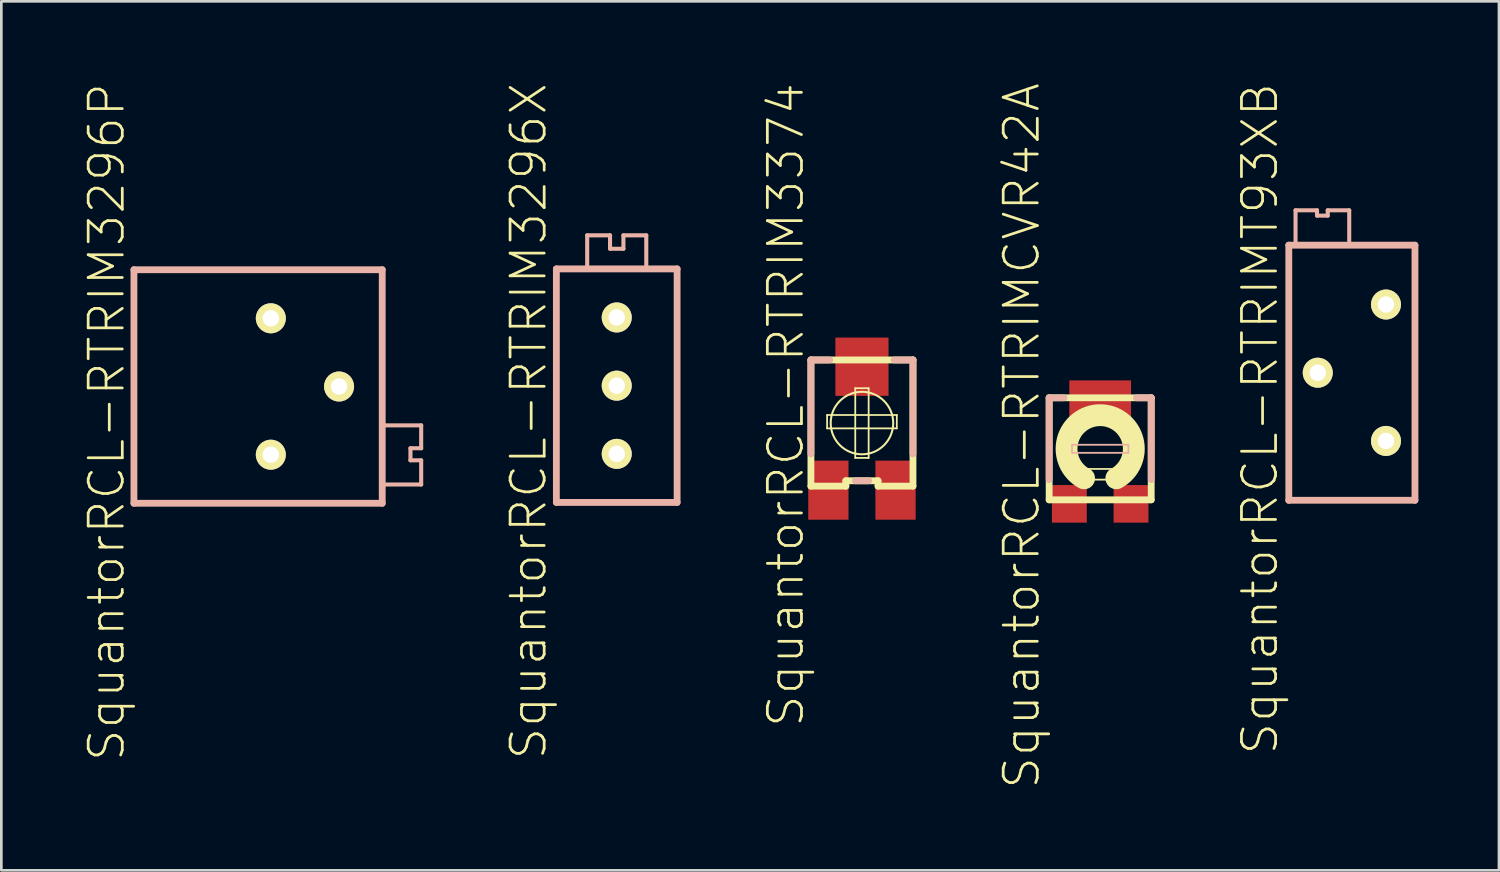
<source format=kicad_pcb>
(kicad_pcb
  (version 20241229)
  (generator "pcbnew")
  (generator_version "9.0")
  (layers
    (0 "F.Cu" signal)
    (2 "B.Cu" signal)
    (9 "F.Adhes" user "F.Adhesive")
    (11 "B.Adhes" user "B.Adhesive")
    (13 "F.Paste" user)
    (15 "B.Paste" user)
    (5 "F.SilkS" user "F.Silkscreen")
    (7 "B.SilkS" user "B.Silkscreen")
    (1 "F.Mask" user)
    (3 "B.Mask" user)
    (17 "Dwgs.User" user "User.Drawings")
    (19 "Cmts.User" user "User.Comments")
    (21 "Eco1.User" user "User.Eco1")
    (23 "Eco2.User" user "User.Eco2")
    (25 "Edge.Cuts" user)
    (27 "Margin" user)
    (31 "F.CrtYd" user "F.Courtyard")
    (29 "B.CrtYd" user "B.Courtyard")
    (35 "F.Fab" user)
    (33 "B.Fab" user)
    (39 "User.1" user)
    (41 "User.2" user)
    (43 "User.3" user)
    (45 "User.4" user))
  (footprint "SquantorRCL-RTRIM3296P"
    (layer "F.Cu")
    (at 7.035 11.342)
    (property "Reference" "SquantorRCL-RTRIM3296P" (at -6.114 1.323 90) (layer "F.SilkS") (effects (font (size 1.27 1.27) (thickness 0.102))))
    (attr exclude_from_pos_files exclude_from_bom)
    (fp_line (start -5.098 -4.348) (end -5.098 4.348) (stroke (width 0.254) (type solid)) (layer "B.SilkS"))
    (fp_line (start -5.098 4.348) (end 4.148 4.348) (stroke (width 0.254) (type solid)) (layer "B.SilkS"))
    (fp_line (start 4.148 -4.348) (end -5.098 -4.348) (stroke (width 0.254) (type solid)) (layer "B.SilkS"))
    (fp_line (start 4.148 4.348) (end 4.148 -4.348) (stroke (width 0.254) (type solid)) (layer "B.SilkS"))
    (fp_line (start 4.249 1.448) (end 5.598 1.448) (stroke (width 0.152) (type solid)) (layer "B.SilkS"))
    (fp_line (start 5.199 2.299) (end 5.199 2.748) (stroke (width 0.152) (type solid)) (layer "B.SilkS"))
    (fp_line (start 5.199 2.748) (end 5.598 2.748) (stroke (width 0.152) (type solid)) (layer "B.SilkS"))
    (fp_line (start 5.598 1.448) (end 5.598 2.299) (stroke (width 0.152) (type solid)) (layer "B.SilkS"))
    (fp_line (start 5.598 2.299) (end 5.199 2.299) (stroke (width 0.152) (type solid)) (layer "B.SilkS"))
    (fp_line (start 5.598 2.748) (end 5.598 3.65) (stroke (width 0.152) (type solid)) (layer "B.SilkS"))
    (fp_line (start 5.598 3.65) (end 4.249 3.65) (stroke (width 0.152) (type solid)) (layer "B.SilkS"))
    (pad "1" thru_hole circle (at 0 2.54) (size 1.118 1.118) (drill 0.61) (layers "*.Cu" "F.Mask" "F.SilkS" "F.Paste"))
    (pad "2" thru_hole circle (at 2.54 0) (size 1.118 1.118) (drill 0.61) (layers "*.Cu" "F.Mask" "F.SilkS" "F.Paste"))
    (pad "3" thru_hole circle (at 0 -2.54) (size 1.118 1.118) (drill 0.61) (layers "*.Cu" "F.Mask" "F.SilkS" "F.Paste")))
  (footprint "SquantorRCL-RTRIMT93XB"
    (layer "F.Cu")
    (at 47.289 10.829)
    (property "Reference" "SquantorRCL-RTRIMT93XB" (at -3.424 1.714 90) (layer "F.SilkS") (effects (font (size 1.27 1.27) (thickness 0.102))))
    (attr exclude_from_pos_files exclude_from_bom)
    (fp_line (start -2.349 -4.75) (end -2.349 4.75) (stroke (width 0.254) (type solid)) (layer "B.SilkS"))
    (fp_line (start -2.349 4.75) (end 2.349 4.75) (stroke (width 0.254) (type solid)) (layer "B.SilkS"))
    (fp_line (start -2.098 -6.048) (end -2.098 -4.9) (stroke (width 0.152) (type solid)) (layer "B.SilkS"))
    (fp_line (start -1.298 -6.048) (end -2.098 -6.048) (stroke (width 0.152) (type solid)) (layer "B.SilkS"))
    (fp_line (start -1.298 -5.85) (end -1.298 -6.048) (stroke (width 0.152) (type solid)) (layer "B.SilkS"))
    (fp_line (start -0.899 -6.048) (end -0.899 -5.85) (stroke (width 0.152) (type solid)) (layer "B.SilkS"))
    (fp_line (start -0.899 -5.85) (end -1.298 -5.85) (stroke (width 0.152) (type solid)) (layer "B.SilkS"))
    (fp_line (start -0.099 -6.048) (end -0.899 -6.048) (stroke (width 0.152) (type solid)) (layer "B.SilkS"))
    (fp_line (start -0.099 -4.9) (end -0.099 -6.048) (stroke (width 0.152) (type solid)) (layer "B.SilkS"))
    (fp_line (start 2.349 -4.75) (end -2.349 -4.75) (stroke (width 0.254) (type solid)) (layer "B.SilkS"))
    (fp_line (start 2.349 4.75) (end 2.349 -4.75) (stroke (width 0.254) (type solid)) (layer "B.SilkS"))
    (pad "1" thru_hole circle (at 1.27 2.54) (size 1.118 1.118) (drill 0.61) (layers "*.Cu" "F.Mask" "F.SilkS" "F.Paste"))
    (pad "2" thru_hole circle (at -1.27 0) (size 1.118 1.118) (drill 0.61) (layers "*.Cu" "F.Mask" "F.SilkS" "F.Paste"))
    (pad "3" thru_hole circle (at 1.27 -2.54) (size 1.118 1.118) (drill 0.61) (layers "*.Cu" "F.Mask" "F.SilkS" "F.Paste")))
  (footprint "SquantorRCL-RTRIM3296X"
    (layer "F.Cu")
    (at 19.915 11.311)
    (property "Reference" "SquantorRCL-RTRIM3296X" (at -3.284 1.323 90) (layer "F.SilkS") (effects (font (size 1.27 1.27) (thickness 0.102))))
    (attr exclude_from_pos_files exclude_from_bom)
    (fp_line (start -2.248 -4.348) (end 2.248 -4.348) (stroke (width 0.254) (type solid)) (layer "B.SilkS"))
    (fp_line (start -2.248 4.348) (end -2.248 -4.348) (stroke (width 0.254) (type solid)) (layer "B.SilkS"))
    (fp_line (start -1.1 -5.598) (end -0.249 -5.598) (stroke (width 0.152) (type solid)) (layer "B.SilkS"))
    (fp_line (start -1.1 -4.399) (end -1.1 -5.598) (stroke (width 0.152) (type solid)) (layer "B.SilkS"))
    (fp_line (start -0.249 -5.598) (end -0.249 -5.098) (stroke (width 0.152) (type solid)) (layer "B.SilkS"))
    (fp_line (start -0.249 -5.098) (end 0.249 -5.098) (stroke (width 0.152) (type solid)) (layer "B.SilkS"))
    (fp_line (start 0.249 -5.598) (end 1.1 -5.598) (stroke (width 0.152) (type solid)) (layer "B.SilkS"))
    (fp_line (start 0.249 -5.098) (end 0.249 -5.598) (stroke (width 0.152) (type solid)) (layer "B.SilkS"))
    (fp_line (start 1.1 -5.598) (end 1.1 -4.399) (stroke (width 0.152) (type solid)) (layer "B.SilkS"))
    (fp_line (start 2.248 -4.348) (end 2.248 4.348) (stroke (width 0.254) (type solid)) (layer "B.SilkS"))
    (fp_line (start 2.248 4.348) (end -2.248 4.348) (stroke (width 0.254) (type solid)) (layer "B.SilkS"))
    (pad "1" thru_hole circle (at 0 2.54) (size 1.118 1.118) (drill 0.61) (layers "*.Cu" "F.Mask" "F.SilkS" "F.Paste"))
    (pad "2" thru_hole circle (at 0 0) (size 1.118 1.118) (drill 0.61) (layers "*.Cu" "F.Mask" "F.SilkS" "F.Paste"))
    (pad "3" thru_hole circle (at 0 -2.54) (size 1.118 1.118) (drill 0.61) (layers "*.Cu" "F.Mask" "F.SilkS" "F.Paste")))
  (footprint "SquantorRCL-RTRIMCVR42A"
    (layer "F.Cu")
    (at 37.917 13.662)
    (property "Reference" "SquantorRCL-RTRIMCVR42A" (at -2.924 -0.483 90) (layer "F.SilkS") (effects (font (size 1.27 1.27) (thickness 0.102))))
    (attr smd)
    (fp_line (start -1.9 -1.9) (end -1.9 1.9) (stroke (width 0.254) (type solid)) (layer "F.SilkS"))
    (fp_line (start -1.9 1.9) (end 1.9 1.9) (stroke (width 0.254) (type solid)) (layer "F.SilkS"))
    (fp_line (start -0.648 0.749) (end 0.648 0.749) (stroke (width 0.066) (type solid)) (layer "F.SilkS"))
    (fp_line (start -0.648 1.148) (end -0.648 0.749) (stroke (width 0.066) (type solid)) (layer "F.SilkS"))
    (fp_line (start -0.648 1.148) (end 0.648 1.148) (stroke (width 0.066) (type solid)) (layer "F.SilkS"))
    (fp_line (start 0.648 1.148) (end 0.648 0.749) (stroke (width 0.066) (type solid)) (layer "F.SilkS"))
    (fp_line (start 1.9 -1.9) (end -1.9 -1.9) (stroke (width 0.254) (type solid)) (layer "F.SilkS"))
    (fp_line (start 1.9 1.9) (end 1.9 -1.9) (stroke (width 0.254) (type solid)) (layer "F.SilkS"))
    (fp_arc (start -0.59944 1.09982) (mid -0.00127 -1.25257) (end 0.601669 1.098602) (stroke (width 0.8128) (type solid)) (layer "F.SilkS"))
    (fp_line (start -1.9 -1.9) (end -1.349 -1.9) (stroke (width 0.254) (type solid)) (layer "B.SilkS"))
    (fp_line (start -1.9 1.148) (end -1.9 -1.9) (stroke (width 0.254) (type solid)) (layer "B.SilkS"))
    (fp_line (start -1.049 -0.15) (end 1.049 -0.15) (stroke (width 0.066) (type solid)) (layer "B.SilkS"))
    (fp_line (start -1.049 0.15) (end -1.049 -0.15) (stroke (width 0.066) (type solid)) (layer "B.SilkS"))
    (fp_line (start -1.049 0.15) (end 1.049 0.15) (stroke (width 0.066) (type solid)) (layer "B.SilkS"))
    (fp_line (start 1.049 0.15) (end 1.049 -0.15) (stroke (width 0.066) (type solid)) (layer "B.SilkS"))
    (fp_line (start 1.9 -1.9) (end 1.349 -1.9) (stroke (width 0.254) (type solid)) (layer "B.SilkS"))
    (fp_line (start 1.9 1.148) (end 1.9 -1.9) (stroke (width 0.254) (type solid)) (layer "B.SilkS"))
    (pad "1" smd rect (at -1.148 2.05) (size 1.298 1.4) (layers "F.Cu" "F.Mask" "F.Paste"))
    (pad "2" smd rect (at 0 -1.798) (size 2.299 1.499) (layers "F.Cu" "F.Mask" "F.Paste"))
    (pad "3" smd rect (at 1.148 2.05) (size 1.298 1.4) (layers "F.Cu" "F.Mask" "F.Paste")))
  (footprint "SquantorRCL-RTRIM3374"
    (layer "F.Cu")
    (at 29.046 12.703)
    (property "Reference" "SquantorRCL-RTRIM3374" (at -2.835 -0.673 90) (layer "F.SilkS") (effects (font (size 1.27 1.27) (thickness 0.102))))
    (attr smd)
    (fp_line (start -1.9 -2.349) (end 1.9 -2.349) (stroke (width 0.254) (type solid)) (layer "F.SilkS"))
    (fp_line (start -1.9 2.349) (end -1.9 -2.349) (stroke (width 0.254) (type solid)) (layer "F.SilkS"))
    (fp_line (start -1.298 -0.3) (end 1.298 -0.3) (stroke (width 0.066) (type solid)) (layer "F.SilkS"))
    (fp_line (start -1.298 0.198) (end -1.298 -0.3) (stroke (width 0.066) (type solid)) (layer "F.SilkS"))
    (fp_line (start -1.298 0.198) (end 1.298 0.198) (stroke (width 0.066) (type solid)) (layer "F.SilkS"))
    (fp_line (start -0.599 2.149) (end -0.599 2.349) (stroke (width 0.254) (type solid)) (layer "F.SilkS"))
    (fp_line (start -0.599 2.349) (end -1.9 2.349) (stroke (width 0.254) (type solid)) (layer "F.SilkS"))
    (fp_line (start -0.249 -1.298) (end 0.249 -1.298) (stroke (width 0.066) (type solid)) (layer "F.SilkS"))
    (fp_line (start -0.249 1.298) (end -0.249 -1.298) (stroke (width 0.066) (type solid)) (layer "F.SilkS"))
    (fp_line (start -0.249 1.298) (end 0.249 1.298) (stroke (width 0.066) (type solid)) (layer "F.SilkS"))
    (fp_line (start 0.249 1.298) (end 0.249 -1.298) (stroke (width 0.066) (type solid)) (layer "F.SilkS"))
    (fp_line (start 0.599 2.149) (end -0.599 2.149) (stroke (width 0.254) (type solid)) (layer "F.SilkS"))
    (fp_line (start 0.599 2.349) (end 0.599 2.149) (stroke (width 0.254) (type solid)) (layer "F.SilkS"))
    (fp_line (start 1.298 0.198) (end 1.298 -0.3) (stroke (width 0.066) (type solid)) (layer "F.SilkS"))
    (fp_line (start 1.9 -2.349) (end 1.9 2.349) (stroke (width 0.254) (type solid)) (layer "F.SilkS"))
    (fp_line (start 1.9 2.349) (end 0.599 2.349) (stroke (width 0.254) (type solid)) (layer "F.SilkS"))
    (fp_circle (center 0 0) (end -0.823 0.823) (stroke (width 0.076) (type solid)) (fill no) (layer "F.SilkS"))
    (fp_line (start -1.9 -2.349) (end -1.199 -2.349) (stroke (width 0.254) (type solid)) (layer "B.SilkS"))
    (fp_line (start -1.9 1.148) (end -1.9 -2.349) (stroke (width 0.254) (type solid)) (layer "B.SilkS"))
    (fp_line (start -0.249 2.149) (end 0.249 2.149) (stroke (width 0.254) (type solid)) (layer "B.SilkS"))
    (fp_line (start 1.199 -2.349) (end 1.9 -2.349) (stroke (width 0.254) (type solid)) (layer "B.SilkS"))
    (fp_line (start 1.9 -2.349) (end 1.9 1.148) (stroke (width 0.254) (type solid)) (layer "B.SilkS"))
    (pad "1" smd rect (at -1.25 2.499) (size 1.499 2.2) (layers "F.Cu" "F.Mask" "F.Paste"))
    (pad "2" smd rect (at 0 -2.098) (size 1.979 2.169) (layers "F.Cu" "F.Mask" "F.Paste"))
    (pad "3" smd rect (at 1.25 2.499) (size 1.499 2.2) (layers "F.Cu" "F.Mask" "F.Paste")))
  (gr_rect
    (start -3 -3)
    (end 52.766 29.358)
    (stroke (width 0.1) (type default))
    (fill no)
    (layer "Edge.Cuts")))
</source>
